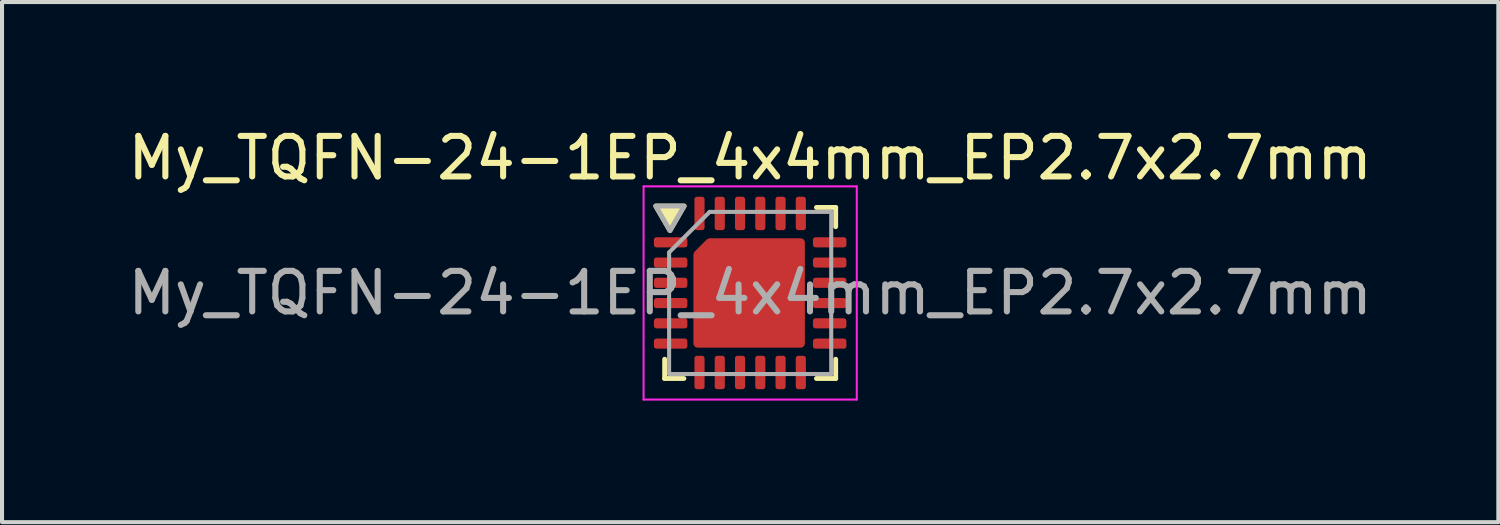
<source format=kicad_pcb>
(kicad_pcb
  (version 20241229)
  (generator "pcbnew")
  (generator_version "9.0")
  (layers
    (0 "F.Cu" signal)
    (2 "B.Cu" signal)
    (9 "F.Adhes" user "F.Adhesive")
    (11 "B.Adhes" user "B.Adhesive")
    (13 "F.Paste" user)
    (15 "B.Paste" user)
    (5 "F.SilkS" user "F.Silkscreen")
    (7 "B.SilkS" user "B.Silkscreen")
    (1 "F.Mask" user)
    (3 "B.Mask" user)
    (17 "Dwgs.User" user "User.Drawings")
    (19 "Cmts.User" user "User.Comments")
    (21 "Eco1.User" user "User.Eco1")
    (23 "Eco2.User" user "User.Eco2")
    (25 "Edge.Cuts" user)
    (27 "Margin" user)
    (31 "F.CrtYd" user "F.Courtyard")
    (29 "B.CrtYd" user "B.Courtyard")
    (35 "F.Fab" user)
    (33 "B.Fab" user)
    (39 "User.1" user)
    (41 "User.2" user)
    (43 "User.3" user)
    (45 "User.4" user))
  (footprint "My_TQFN-24-1EP_4x4mm_EP2.7x2.7mm"
    (layer "F.Cu")
    (at 15.458 4.178)
    (property "Reference" "My_TQFN-24-1EP_4x4mm_EP2.7x2.7mm" (at 0 -3.33 0) (layer "F.SilkS") (effects (font (size 1 1) (thickness 0.15))))
    (attr smd)
    (fp_line (start -2.11 2.11) (end -2.11 1.635) (stroke (width 0.12) (type solid)) (layer "F.SilkS"))
    (fp_line (start -1.635 2.11) (end -2.11 2.11) (stroke (width 0.12) (type solid)) (layer "F.SilkS"))
    (fp_line (start 1.635 -2.11) (end 2.11 -2.11) (stroke (width 0.12) (type solid)) (layer "F.SilkS"))
    (fp_line (start 1.635 2.11) (end 2.11 2.11) (stroke (width 0.12) (type solid)) (layer "F.SilkS"))
    (fp_line (start 2.11 -2.11) (end 2.11 -1.635) (stroke (width 0.12) (type solid)) (layer "F.SilkS"))
    (fp_line (start 2.11 2.11) (end 2.11 1.635) (stroke (width 0.12) (type solid)) (layer "F.SilkS"))
    (fp_poly (pts (xy -1.979 -1.54) (xy -1.629 -2.145) (xy -2.329 -2.145) (xy -1.979 -1.54)) (stroke (width 0.12) (type solid)) (fill yes) (layer "F.SilkS"))
    (fp_line (start -2.63 -2.63) (end -2.63 2.63) (stroke (width 0.05) (type solid)) (layer "F.CrtYd"))
    (fp_line (start -2.63 2.63) (end 2.63 2.63) (stroke (width 0.05) (type solid)) (layer "F.CrtYd"))
    (fp_line (start 2.63 -2.63) (end -2.63 -2.63) (stroke (width 0.05) (type solid)) (layer "F.CrtYd"))
    (fp_line (start 2.63 2.63) (end 2.63 -2.63) (stroke (width 0.05) (type solid)) (layer "F.CrtYd"))
    (fp_line (start -2 -1) (end -1 -2) (stroke (width 0.1) (type solid)) (layer "F.Fab"))
    (fp_line (start -2 2) (end -2 -1) (stroke (width 0.1) (type solid)) (layer "F.Fab"))
    (fp_line (start -1 -2) (end 2 -2) (stroke (width 0.1) (type solid)) (layer "F.Fab"))
    (fp_line (start 2 -2) (end 2 2) (stroke (width 0.1) (type solid)) (layer "F.Fab"))
    (fp_line (start 2 2) (end -2 2) (stroke (width 0.1) (type solid)) (layer "F.Fab"))
    (fp_poly (pts (xy -1.979 -1.54) (xy -1.629 -2.145) (xy -2.329 -2.145) (xy -1.979 -1.54)) (stroke (width 0.12) (type solid)) (fill no) (layer "F.Fab"))
    (fp_text user "${REFERENCE}" (at 0 0 0) (layer "F.Fab") (effects (font (size 1 1) (thickness 0.15))))
    (pad "" smd roundrect (at -0.675 -0.675) (size 1.09 1.09) (layers "F.Paste") (roundrect_rratio 0.229))
    (pad "" smd roundrect (at -0.675 0.675) (size 1.09 1.09) (layers "F.Paste") (roundrect_rratio 0.229))
    (pad "" smd roundrect (at 0.675 -0.675) (size 1.09 1.09) (layers "F.Paste") (roundrect_rratio 0.229))
    (pad "" smd roundrect (at 0.675 0.675) (size 1.09 1.09) (layers "F.Paste") (roundrect_rratio 0.229))
    (pad "1" smd roundrect (at -1.962 -1.25) (size 0.825 0.25) (layers "F.Cu" "F.Mask" "F.Paste") (roundrect_rratio 0.25))
    (pad "2" smd roundrect (at -1.962 -0.75) (size 0.825 0.25) (layers "F.Cu" "F.Mask" "F.Paste") (roundrect_rratio 0.25))
    (pad "3" smd roundrect (at -1.962 -0.25) (size 0.825 0.25) (layers "F.Cu" "F.Mask" "F.Paste") (roundrect_rratio 0.25))
    (pad "4" smd roundrect (at -1.962 0.25) (size 0.825 0.25) (layers "F.Cu" "F.Mask" "F.Paste") (roundrect_rratio 0.25))
    (pad "5" smd roundrect (at -1.962 0.75) (size 0.825 0.25) (layers "F.Cu" "F.Mask" "F.Paste") (roundrect_rratio 0.25))
    (pad "6" smd roundrect (at -1.962 1.25) (size 0.825 0.25) (layers "F.Cu" "F.Mask" "F.Paste") (roundrect_rratio 0.25))
    (pad "7" smd roundrect (at -1.25 1.962) (size 0.25 0.825) (layers "F.Cu" "F.Mask" "F.Paste") (roundrect_rratio 0.25))
    (pad "8" smd roundrect (at -0.75 1.962) (size 0.25 0.825) (layers "F.Cu" "F.Mask" "F.Paste") (roundrect_rratio 0.25))
    (pad "9" smd roundrect (at -0.25 1.962) (size 0.25 0.825) (layers "F.Cu" "F.Mask" "F.Paste") (roundrect_rratio 0.25))
    (pad "10" smd roundrect (at 0.25 1.962) (size 0.25 0.825) (layers "F.Cu" "F.Mask" "F.Paste") (roundrect_rratio 0.25))
    (pad "11" smd roundrect (at 0.75 1.962) (size 0.25 0.825) (layers "F.Cu" "F.Mask" "F.Paste") (roundrect_rratio 0.25))
    (pad "12" smd roundrect (at 1.25 1.962) (size 0.25 0.825) (layers "F.Cu" "F.Mask" "F.Paste") (roundrect_rratio 0.25))
    (pad "13" smd roundrect (at 1.962 1.25) (size 0.825 0.25) (layers "F.Cu" "F.Mask" "F.Paste") (roundrect_rratio 0.25))
    (pad "14" smd roundrect (at 1.962 0.75) (size 0.825 0.25) (layers "F.Cu" "F.Mask" "F.Paste") (roundrect_rratio 0.25))
    (pad "15" smd roundrect (at 1.962 0.25) (size 0.825 0.25) (layers "F.Cu" "F.Mask" "F.Paste") (roundrect_rratio 0.25))
    (pad "16" smd roundrect (at 1.962 -0.25) (size 0.825 0.25) (layers "F.Cu" "F.Mask" "F.Paste") (roundrect_rratio 0.25))
    (pad "17" smd roundrect (at 1.962 -0.75) (size 0.825 0.25) (layers "F.Cu" "F.Mask" "F.Paste") (roundrect_rratio 0.25))
    (pad "18" smd roundrect (at 1.962 -1.25) (size 0.825 0.25) (layers "F.Cu" "F.Mask" "F.Paste") (roundrect_rratio 0.25))
    (pad "19" smd roundrect (at 1.25 -1.962) (size 0.25 0.825) (layers "F.Cu" "F.Mask" "F.Paste") (roundrect_rratio 0.25))
    (pad "20" smd roundrect (at 0.75 -1.962) (size 0.25 0.825) (layers "F.Cu" "F.Mask" "F.Paste") (roundrect_rratio 0.25))
    (pad "21" smd roundrect (at 0.25 -1.962) (size 0.25 0.825) (layers "F.Cu" "F.Mask" "F.Paste") (roundrect_rratio 0.25))
    (pad "22" smd roundrect (at -0.25 -1.962) (size 0.25 0.825) (layers "F.Cu" "F.Mask" "F.Paste") (roundrect_rratio 0.25))
    (pad "23" smd roundrect (at -0.75 -1.962) (size 0.25 0.825) (layers "F.Cu" "F.Mask" "F.Paste") (roundrect_rratio 0.25))
    (pad "24" smd roundrect (at -1.25 -1.962) (size 0.25 0.825) (layers "F.Cu" "F.Mask" "F.Paste") (roundrect_rratio 0.25))
    (pad "25" smd custom (at 0.075 0) (size 2.15 2.7) (property pad_prop_heatsink) (layers "F.Cu" "F.Mask") (options (anchor rect)) (primitives (gr_poly (pts (xy 0.875 1.25) (xy 1.175 1.25) (xy 1.175 -1.25) (xy 0.875 -1.25)) (width 0.2) (fill yes)) (gr_poly (pts (xy -1.075 1.25) (xy -1.375 1.25) (xy -1.375 -0.95) (xy -1.075 -1.25)) (width 0.2) (fill yes)))))
  (gr_rect
    (start -3 -3)
    (end 33.917 9.833)
    (stroke (width 0.1) (type default))
    (fill no)
    (layer "Edge.Cuts")))
</source>
